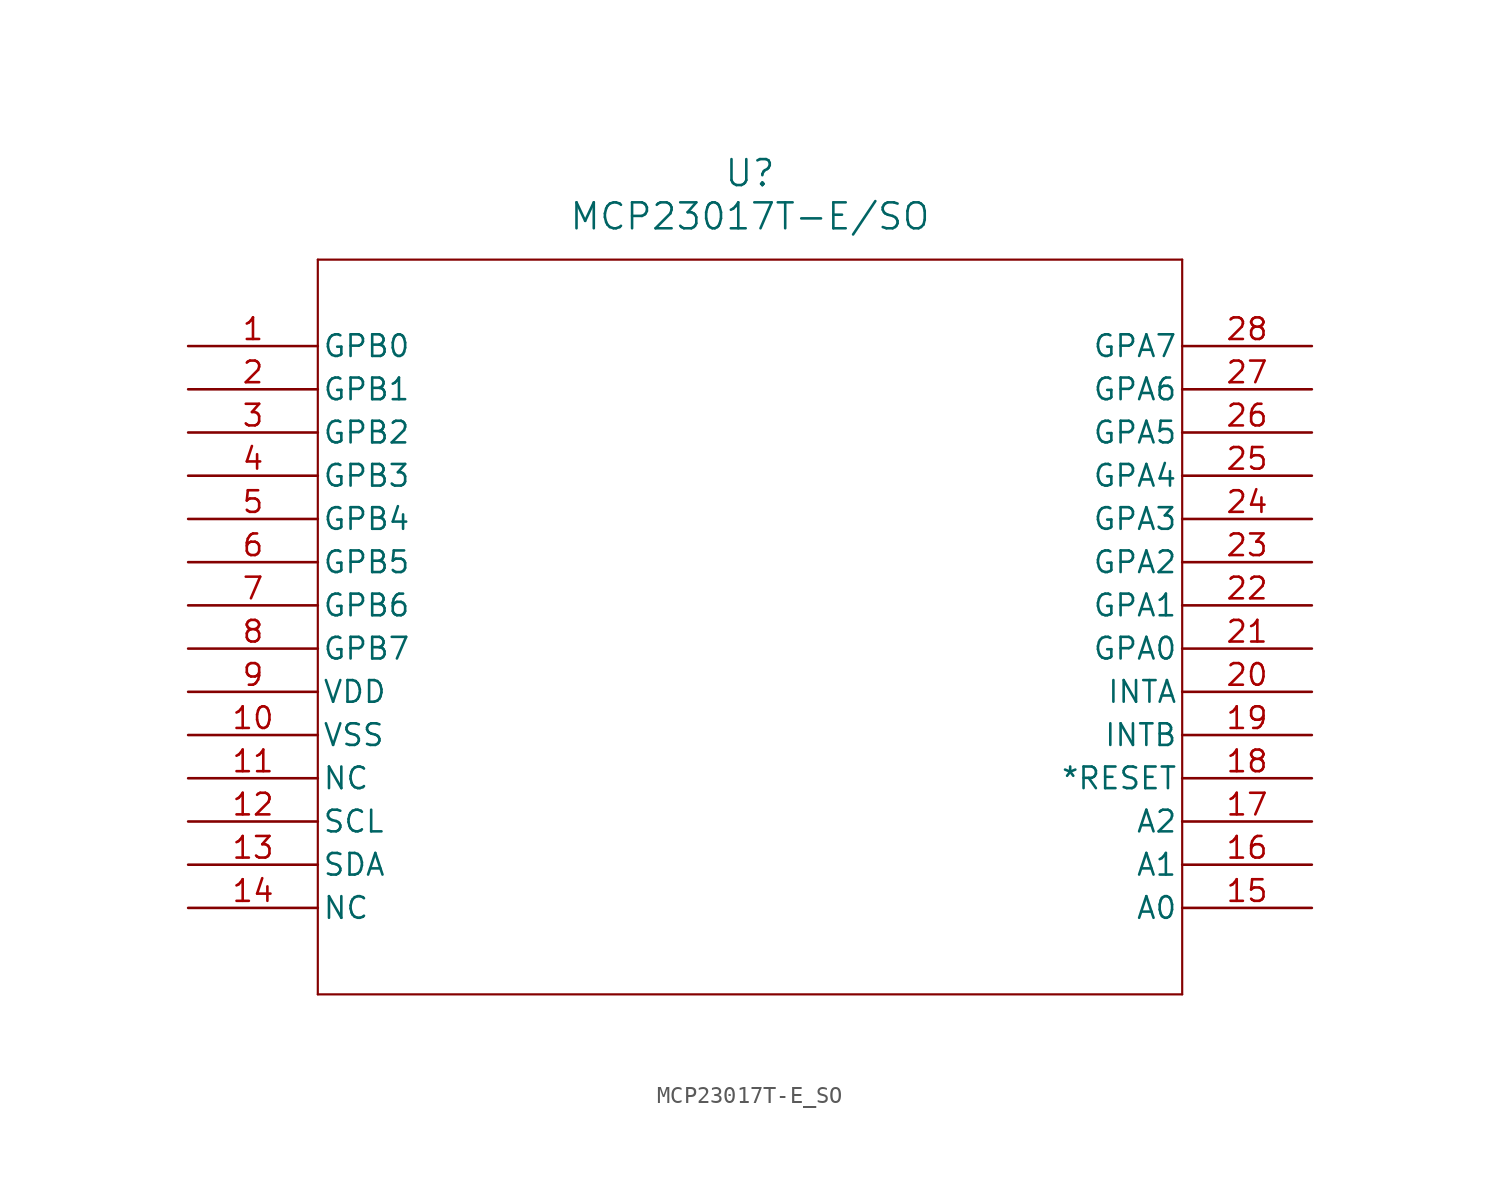
<source format=kicad_sym>
(kicad_symbol_lib
  (version 20211014)
  (generator kicad_symbol_editor)
  (symbol "MCP23017T-E_SO"
    (pin_names
      (offset 0.254))
    (property "Reference" "U"
      (at 33.02 10.16 0)
      (effects (font (size 1.524 1.524))))
    (property "Value" "MCP23017T-E/SO"
      (at 33.02 7.62 0)
      (effects (font (size 1.524 1.524))))
    (symbol "MCP23017T-E_SO_0_1"
      (polyline (pts (xy 7.62 5.08) (xy 7.62 -38.1)) (stroke (width 0.127) (type default) (color 0 0 0 0)) (fill (type none)))
      (polyline (pts (xy 7.62 -38.1) (xy 58.42 -38.1)) (stroke (width 0.127) (type default) (color 0 0 0 0)) (fill (type none)))
      (polyline (pts (xy 58.42 -38.1) (xy 58.42 5.08)) (stroke (width 0.127) (type default) (color 0 0 0 0)) (fill (type none)))
      (polyline (pts (xy 58.42 5.08) (xy 7.62 5.08)) (stroke (width 0.127) (type default) (color 0 0 0 0)) (fill (type none)))
      (pin unspecified line (at 0 0 0) (length 7.62) (name "GPB0" (effects (font (size 1.27 1.27)))) (number "1" (effects (font (size 1.27 1.27)))))
      (pin unspecified line (at 0 -2.54 0) (length 7.62) (name "GPB1" (effects (font (size 1.27 1.27)))) (number "2" (effects (font (size 1.27 1.27)))))
      (pin unspecified line (at 0 -5.08 0) (length 7.62) (name "GPB2" (effects (font (size 1.27 1.27)))) (number "3" (effects (font (size 1.27 1.27)))))
      (pin unspecified line (at 0 -7.62 0) (length 7.62) (name "GPB3" (effects (font (size 1.27 1.27)))) (number "4" (effects (font (size 1.27 1.27)))))
      (pin unspecified line (at 0 -10.16 0) (length 7.62) (name "GPB4" (effects (font (size 1.27 1.27)))) (number "5" (effects (font (size 1.27 1.27)))))
      (pin unspecified line (at 0 -12.7 0) (length 7.62) (name "GPB5" (effects (font (size 1.27 1.27)))) (number "6" (effects (font (size 1.27 1.27)))))
      (pin unspecified line (at 0 -15.24 0) (length 7.62) (name "GPB6" (effects (font (size 1.27 1.27)))) (number "7" (effects (font (size 1.27 1.27)))))
      (pin unspecified line (at 0 -17.78 0) (length 7.62) (name "GPB7" (effects (font (size 1.27 1.27)))) (number "8" (effects (font (size 1.27 1.27)))))
      (pin unspecified line (at 0 -20.32 0) (length 7.62) (name "VDD" (effects (font (size 1.27 1.27)))) (number "9" (effects (font (size 1.27 1.27)))))
      (pin unspecified line (at 0 -22.86 0) (length 7.62) (name "VSS" (effects (font (size 1.27 1.27)))) (number "10" (effects (font (size 1.27 1.27)))))
      (pin unspecified line (at 0 -25.4 0) (length 7.62) (name "NC" (effects (font (size 1.27 1.27)))) (number "11" (effects (font (size 1.27 1.27)))))
      (pin unspecified line (at 0 -27.94 0) (length 7.62) (name "SCL" (effects (font (size 1.27 1.27)))) (number "12" (effects (font (size 1.27 1.27)))))
      (pin unspecified line (at 0 -30.48 0) (length 7.62) (name "SDA" (effects (font (size 1.27 1.27)))) (number "13" (effects (font (size 1.27 1.27)))))
      (pin unspecified line (at 0 -33.02 0) (length 7.62) (name "NC" (effects (font (size 1.27 1.27)))) (number "14" (effects (font (size 1.27 1.27)))))
      (pin unspecified line (at 66.04 -33.02 180) (length 7.62) (name "A0" (effects (font (size 1.27 1.27)))) (number "15" (effects (font (size 1.27 1.27)))))
      (pin unspecified line (at 66.04 -30.48 180) (length 7.62) (name "A1" (effects (font (size 1.27 1.27)))) (number "16" (effects (font (size 1.27 1.27)))))
      (pin unspecified line (at 66.04 -27.94 180) (length 7.62) (name "A2" (effects (font (size 1.27 1.27)))) (number "17" (effects (font (size 1.27 1.27)))))
      (pin unspecified line (at 66.04 -25.4 180) (length 7.62) (name "*RESET" (effects (font (size 1.27 1.27)))) (number "18" (effects (font (size 1.27 1.27)))))
      (pin unspecified line (at 66.04 -22.86 180) (length 7.62) (name "INTB" (effects (font (size 1.27 1.27)))) (number "19" (effects (font (size 1.27 1.27)))))
      (pin unspecified line (at 66.04 -20.32 180) (length 7.62) (name "INTA" (effects (font (size 1.27 1.27)))) (number "20" (effects (font (size 1.27 1.27)))))
      (pin unspecified line (at 66.04 -17.78 180) (length 7.62) (name "GPA0" (effects (font (size 1.27 1.27)))) (number "21" (effects (font (size 1.27 1.27)))))
      (pin unspecified line (at 66.04 -15.24 180) (length 7.62) (name "GPA1" (effects (font (size 1.27 1.27)))) (number "22" (effects (font (size 1.27 1.27)))))
      (pin unspecified line (at 66.04 -12.7 180) (length 7.62) (name "GPA2" (effects (font (size 1.27 1.27)))) (number "23" (effects (font (size 1.27 1.27)))))
      (pin unspecified line (at 66.04 -10.16 180) (length 7.62) (name "GPA3" (effects (font (size 1.27 1.27)))) (number "24" (effects (font (size 1.27 1.27)))))
      (pin unspecified line (at 66.04 -7.62 180) (length 7.62) (name "GPA4" (effects (font (size 1.27 1.27)))) (number "25" (effects (font (size 1.27 1.27)))))
      (pin unspecified line (at 66.04 -5.08 180) (length 7.62) (name "GPA5" (effects (font (size 1.27 1.27)))) (number "26" (effects (font (size 1.27 1.27)))))
      (pin unspecified line (at 66.04 -2.54 180) (length 7.62) (name "GPA6" (effects (font (size 1.27 1.27)))) (number "27" (effects (font (size 1.27 1.27)))))
      (pin unspecified line (at 66.04 0 180) (length 7.62) (name "GPA7" (effects (font (size 1.27 1.27)))) (number "28" (effects (font (size 1.27 1.27))))))))
</source>
